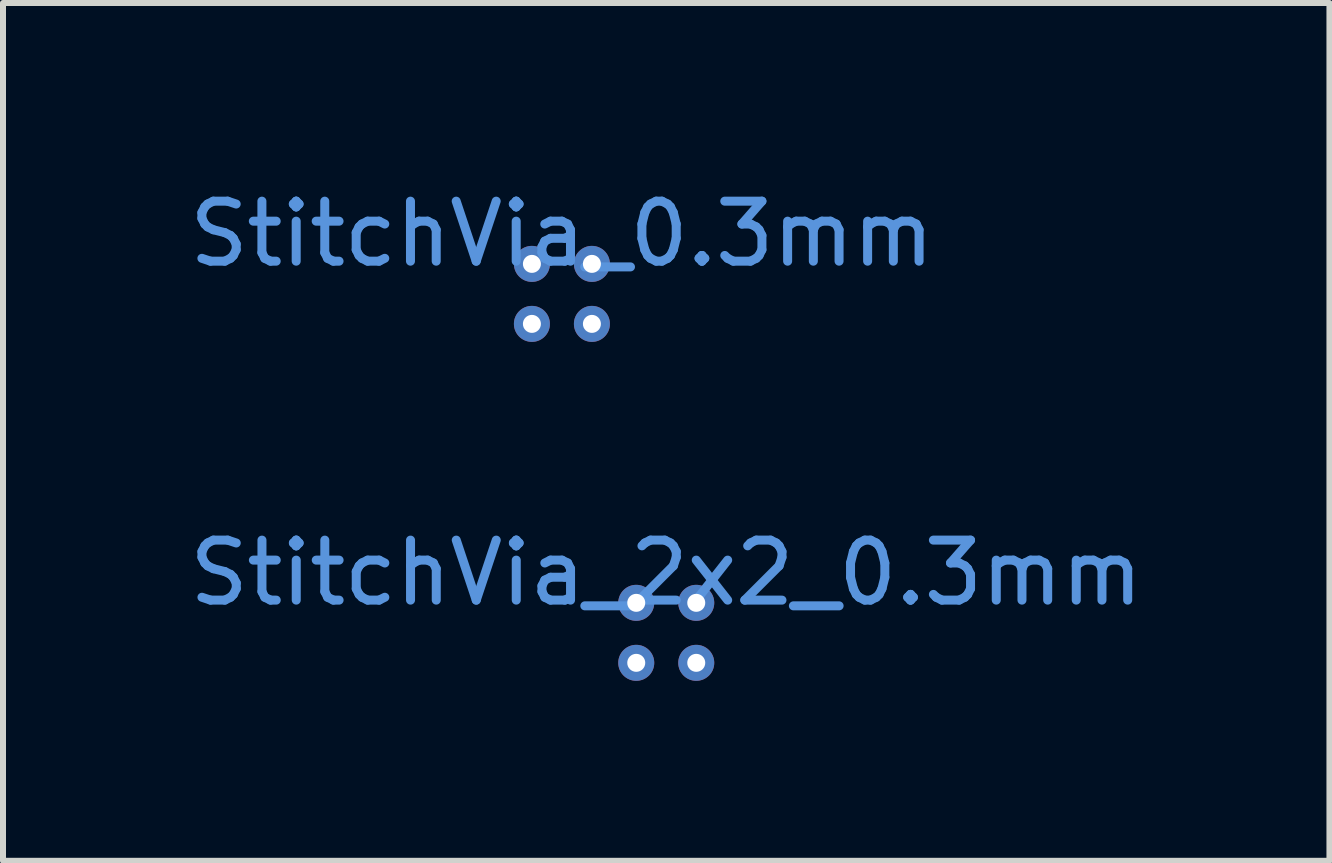
<source format=kicad_pcb>
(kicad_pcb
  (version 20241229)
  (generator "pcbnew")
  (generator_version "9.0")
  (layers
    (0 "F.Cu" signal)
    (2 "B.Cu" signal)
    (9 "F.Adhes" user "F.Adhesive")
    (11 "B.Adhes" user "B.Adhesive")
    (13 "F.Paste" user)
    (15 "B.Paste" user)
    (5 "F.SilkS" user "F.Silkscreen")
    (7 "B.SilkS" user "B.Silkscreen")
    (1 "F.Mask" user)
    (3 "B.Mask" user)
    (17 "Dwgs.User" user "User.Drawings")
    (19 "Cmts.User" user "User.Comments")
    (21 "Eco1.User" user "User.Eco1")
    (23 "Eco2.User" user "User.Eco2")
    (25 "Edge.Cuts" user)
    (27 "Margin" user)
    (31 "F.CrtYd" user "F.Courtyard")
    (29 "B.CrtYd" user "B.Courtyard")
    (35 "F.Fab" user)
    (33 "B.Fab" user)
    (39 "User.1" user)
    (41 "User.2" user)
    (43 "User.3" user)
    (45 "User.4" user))
  (footprint "StitchVia_0.3mm"
    (layer "F.Cu")
    (at 6.315 1.848)
    (property "Reference" "StitchVia_0.3mm" (at 0 -1 0) (layer "Cmts.User") (effects (font (size 1 1) (thickness 0.15))))
    (attr through_hole)
    (pad "1" thru_hole circle (at -0.5 -0.5) (size 0.6 0.6) (drill 0.3) (layers "*.Cu" "*.Mask"))
    (pad "12" thru_hole circle (at -0.5 0.5) (size 0.6 0.6) (drill 0.3) (layers "*.Cu" "*.Mask"))
    (pad "21" thru_hole circle (at 0.5 -0.5) (size 0.6 0.6) (drill 0.3) (layers "*.Cu" "*.Mask"))
    (pad "22" thru_hole circle (at 0.5 0.5) (size 0.6 0.6) (drill 0.3) (layers "*.Cu" "*.Mask")))
  (footprint "StitchVia_2x2_0.3mm"
    (layer "F.Cu")
    (at 8.054 7.497)
    (property "Reference" "StitchVia_2x2_0.3mm" (at 0 -1 0) (layer "Cmts.User") (effects (font (size 1 1) (thickness 0.15))))
    (attr through_hole)
    (pad "1" thru_hole circle (at -0.5 -0.5) (size 0.6 0.6) (drill 0.3) (layers "*.Cu" "*.Mask"))
    (pad "1" thru_hole circle (at -0.5 0.5) (size 0.6 0.6) (drill 0.3) (layers "*.Cu" "*.Mask"))
    (pad "1" thru_hole circle (at 0.5 -0.5) (size 0.6 0.6) (drill 0.3) (layers "*.Cu" "*.Mask"))
    (pad "1" thru_hole circle (at 0.5 0.5) (size 0.6 0.6) (drill 0.3) (layers "*.Cu" "*.Mask")))
  (gr_rect
    (start -3 -3)
    (end 19.107 11.296)
    (stroke (width 0.1) (type default))
    (fill no)
    (layer "Edge.Cuts")))
</source>
